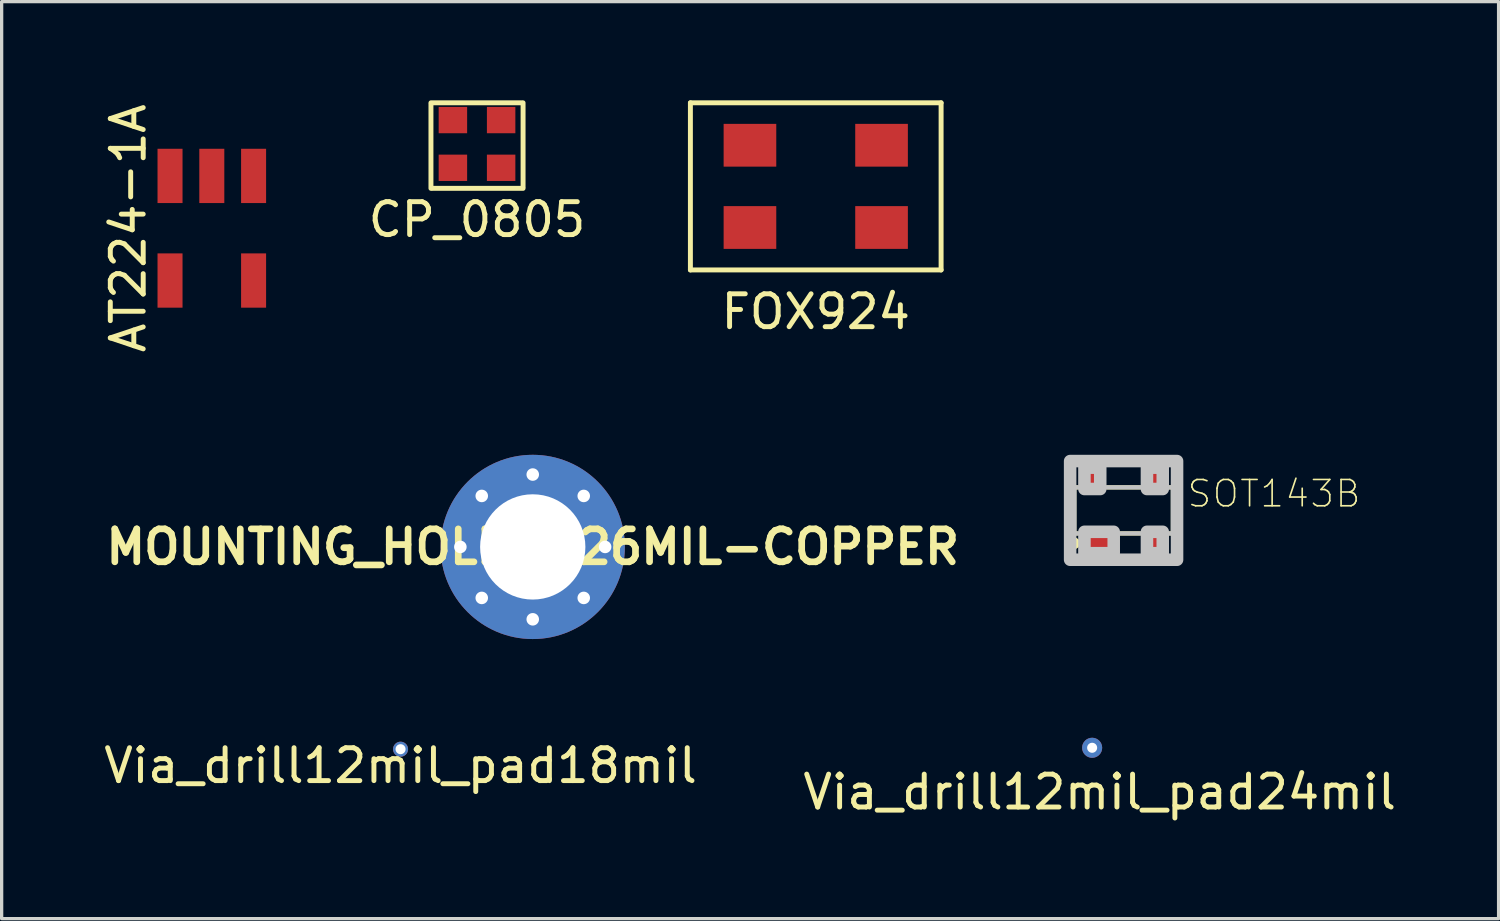
<source format=kicad_pcb>
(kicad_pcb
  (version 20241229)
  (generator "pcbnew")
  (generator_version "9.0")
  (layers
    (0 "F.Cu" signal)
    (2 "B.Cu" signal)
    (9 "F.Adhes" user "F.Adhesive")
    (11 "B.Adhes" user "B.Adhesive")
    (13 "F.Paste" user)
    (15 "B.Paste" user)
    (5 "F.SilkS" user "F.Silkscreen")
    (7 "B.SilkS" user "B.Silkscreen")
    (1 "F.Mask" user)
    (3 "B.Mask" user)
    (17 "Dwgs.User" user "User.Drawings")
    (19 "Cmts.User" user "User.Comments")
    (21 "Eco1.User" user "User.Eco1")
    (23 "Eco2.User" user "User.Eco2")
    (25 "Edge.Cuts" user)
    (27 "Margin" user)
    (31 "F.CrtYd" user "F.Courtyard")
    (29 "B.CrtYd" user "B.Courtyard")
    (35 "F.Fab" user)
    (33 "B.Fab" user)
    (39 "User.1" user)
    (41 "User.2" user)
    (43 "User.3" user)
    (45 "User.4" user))
  (footprint "FOX924"
    (layer "F.Cu")
    (at 21.745 2.615)
    (property "Reference" "FOX924" (at 0 3.81 0) (layer "F.SilkS") (effects (font (size 1 1) (thickness 0.15))))
    (attr through_hole)
    (fp_line (start -3.81 -2.54) (end -3.81 2.54) (stroke (width 0.15) (type solid)) (layer "F.SilkS"))
    (fp_line (start -3.81 2.54) (end 3.81 2.54) (stroke (width 0.15) (type solid)) (layer "F.SilkS"))
    (fp_line (start 3.81 -2.54) (end -3.81 -2.54) (stroke (width 0.15) (type solid)) (layer "F.SilkS"))
    (fp_line (start 3.81 2.54) (end 3.81 -2.54) (stroke (width 0.15) (type solid)) (layer "F.SilkS"))
    (pad "1" smd rect (at -2 1.25) (size 1.6 1.3) (layers "F.Cu" "F.Mask" "F.Paste"))
    (pad "2" smd rect (at 2 1.25) (size 1.6 1.3) (layers "F.Cu" "F.Mask" "F.Paste"))
    (pad "3" smd rect (at 2 -1.25) (size 1.6 1.3) (layers "F.Cu" "F.Mask" "F.Paste"))
    (pad "4" smd rect (at -2 -1.25) (size 1.6 1.3) (layers "F.Cu" "F.Mask" "F.Paste")))
  (footprint "AT224-1A"
    (layer "F.Cu")
    (at 3.388 3.887)
    (property "Reference" "AT224-1A" (at -2.54 0 90) (layer "F.SilkS") (effects (font (size 1 1) (thickness 0.15))))
    (attr through_hole)
    (pad "1" smd rect (at -1.27 -1.59) (size 0.76 1.65) (layers "F.Cu" "F.Mask" "F.Paste"))
    (pad "2" smd rect (at 0 -1.59) (size 0.76 1.65) (layers "F.Cu" "F.Mask" "F.Paste"))
    (pad "3" smd rect (at 1.27 -1.59) (size 0.76 1.65) (layers "F.Cu" "F.Mask" "F.Paste"))
    (pad "4" smd rect (at 1.27 1.59) (size 0.76 1.65) (layers "F.Cu" "F.Mask" "F.Paste"))
    (pad "6" smd rect (at -1.27 1.59) (size 0.76 1.65) (layers "F.Cu" "F.Mask" "F.Paste")))
  (footprint "Via_drill12mil_pad24mil"
    (layer "F.Cu")
    (at 30.146 19.679)
    (property "Reference" "Via_drill12mil_pad24mil" (at 0.229 1.346 0) (layer "F.SilkS") (effects (font (size 1 1) (thickness 0.15))))
    (attr through_hole)
    (pad "1" thru_hole circle (at 0 0) (size 0.61 0.61) (drill 0.305) (layers "*.Cu")))
  (footprint "CP_0805"
    (layer "F.Cu")
    (at 11.449 1.325)
    (property "Reference" "CP_0805" (at 0 2.3 0) (layer "F.SilkS") (effects (font (size 1 1) (thickness 0.15))))
    (attr through_hole)
    (fp_line (start -1.4 -1.2) (end -1.4 1.35) (stroke (width 0.15) (type solid)) (layer "F.SilkS"))
    (fp_line (start 1.35 -1.25) (end -1.4 -1.25) (stroke (width 0.15) (type solid)) (layer "F.SilkS"))
    (fp_line (start 1.4 -1.25) (end 1.4 1.3) (stroke (width 0.15) (type solid)) (layer "F.SilkS"))
    (fp_line (start 1.4 1.35) (end -1.35 1.35) (stroke (width 0.15) (type solid)) (layer "F.SilkS"))
    (pad "GND" smd rect (at 0.733 -0.725) (size 0.865 0.8) (layers "F.Cu" "F.Mask" "F.Paste"))
    (pad "GND" smd rect (at 0.733 0.725) (size 0.865 0.8) (layers "F.Cu" "F.Mask" "F.Paste"))
    (pad "IN" smd rect (at -0.733 -0.725) (size 0.865 0.8) (layers "F.Cu" "F.Mask" "F.Paste"))
    (pad "OUT" smd rect (at -0.733 0.725) (size 0.865 0.8) (layers "F.Cu" "F.Mask" "F.Paste")))
  (footprint "MOUNTING_HOLE-126MIL-COPPER"
    (layer "F.Cu")
    (at 13.143 13.574)
    (property "Reference" "MOUNTING_HOLE-126MIL-COPPER" (at 0 0 0) (layer "F.SilkS") (effects (font (size 1.001 1.001) (thickness 0.203))))
    (attr through_hole)
    (pad "1" thru_hole circle (at -2.2 0) (size 0.6 0.6) (drill 0.381) (layers "*.Cu" "*.Mask"))
    (pad "1" thru_hole circle (at -1.55 -1.55) (size 0.6 0.6) (drill 0.381) (layers "*.Cu" "*.Mask"))
    (pad "1" thru_hole circle (at -1.55 1.55) (size 0.6 0.6) (drill 0.381) (layers "*.Cu" "*.Mask"))
    (pad "1" thru_hole circle (at 0 -2.2) (size 0.6 0.6) (drill 0.381) (layers "*.Cu" "*.Mask"))
    (pad "1" thru_hole circle (at 0 0) (size 5.6 5.6) (drill 3.2) (layers "*.Cu" "*.Mask"))
    (pad "1" thru_hole circle (at 0 2.2) (size 0.6 0.6) (drill 0.381) (layers "*.Cu" "*.Mask"))
    (pad "1" thru_hole circle (at 1.55 -1.55) (size 0.6 0.6) (drill 0.381) (layers "*.Cu" "*.Mask"))
    (pad "1" thru_hole circle (at 1.55 1.55) (size 0.6 0.6) (drill 0.381) (layers "*.Cu" "*.Mask"))
    (pad "1" thru_hole circle (at 2.2 0) (size 0.6 0.6) (drill 0.381) (layers "*.Cu" "*.Mask")))
  (footprint "SOT143B"
    (layer "F.Cu")
    (at 31.102 12.464)
    (property "Reference" "SOT143B" (at 4.572 -0.508 0) (layer "F.SilkS") (effects (font (size 0.8 0.8) (thickness 0.05))))
    (attr smd)
    (fp_line (start -1.5 -0.7) (end -1.4 -0.7) (stroke (width 0.127) (type solid)) (layer "F.SilkS"))
    (fp_line (start -1.5 0.7) (end -1.5 -0.7) (stroke (width 0.127) (type solid)) (layer "F.SilkS"))
    (fp_line (start -1.4 0.7) (end -1.5 0.7) (stroke (width 0.127) (type solid)) (layer "F.SilkS"))
    (fp_line (start -0.5 -0.7) (end 0.5 -0.7) (stroke (width 0.127) (type solid)) (layer "F.SilkS"))
    (fp_line (start -0.1 0.7) (end 0.5 0.7) (stroke (width 0.127) (type solid)) (layer "F.SilkS"))
    (fp_line (start 1.4 -0.7) (end 1.5 -0.7) (stroke (width 0.127) (type solid)) (layer "F.SilkS"))
    (fp_line (start 1.5 -0.7) (end 1.5 0.7) (stroke (width 0.127) (type solid)) (layer "F.SilkS"))
    (fp_line (start 1.5 0.7) (end 1.4 0.7) (stroke (width 0.127) (type solid)) (layer "F.SilkS"))
    (fp_circle (center -1.5 1) (end -1.45 1) (stroke (width 0.127) (type solid)) (fill no) (layer "F.SilkS"))
    (fp_poly (pts (xy -1.2 -1.3) (xy -0.7 -1.3) (xy -0.7 -0.7) (xy -1.2 -0.7)) (stroke (width 0.381) (type solid)) (fill yes) (layer "F.Paste"))
    (fp_poly (pts (xy -1.2 0.7) (xy -0.3 0.7) (xy -0.3 1.3) (xy -1.2 1.3)) (stroke (width 0.381) (type solid)) (fill yes) (layer "F.Paste"))
    (fp_poly (pts (xy 0.7 -1.3) (xy 1.2 -1.3) (xy 1.2 -0.7) (xy 0.7 -0.7)) (stroke (width 0.381) (type solid)) (fill yes) (layer "F.Paste"))
    (fp_poly (pts (xy 0.7 0.7) (xy 1.2 0.7) (xy 1.2 1.3) (xy 0.7 1.3)) (stroke (width 0.381) (type solid)) (fill yes) (layer "F.Paste"))
    (fp_line (start -1.5 -0.7) (end 1.5 -0.7) (stroke (width 0.127) (type solid)) (layer "Dwgs.User"))
    (fp_line (start -1.5 0.7) (end -1.5 -0.7) (stroke (width 0.127) (type solid)) (layer "Dwgs.User"))
    (fp_line (start 1.5 -0.7) (end 1.5 0.7) (stroke (width 0.127) (type solid)) (layer "Dwgs.User"))
    (fp_line (start 1.5 0.7) (end -1.5 0.7) (stroke (width 0.127) (type solid)) (layer "Dwgs.User"))
    (fp_poly (pts (xy -1.625 -1.5) (xy 1.625 -1.5) (xy 1.625 1.5) (xy -1.625 1.5)) (stroke (width 0.381) (type solid)) (fill no) (layer "Dwgs.User"))
    (fp_poly (pts (xy -1.19 -1.3) (xy -0.71 -1.3) (xy -0.71 -0.65) (xy -1.19 -0.65)) (stroke (width 0.381) (type solid)) (fill no) (layer "Dwgs.User"))
    (fp_poly (pts (xy -1.19 0.65) (xy -0.3 0.65) (xy -0.3 1.3) (xy -1.19 1.3)) (stroke (width 0.381) (type solid)) (fill no) (layer "Dwgs.User"))
    (fp_poly (pts (xy 0.71 -1.3) (xy 1.19 -1.3) (xy 1.19 -0.65) (xy 0.71 -0.65)) (stroke (width 0.381) (type solid)) (fill no) (layer "Dwgs.User"))
    (fp_poly (pts (xy 0.71 0.65) (xy 1.19 0.65) (xy 1.19 1.3) (xy 0.71 1.3)) (stroke (width 0.381) (type solid)) (fill no) (layer "Dwgs.User"))
    (pad "1" smd rect (at -0.75 1) (size 1 0.7) (layers "F.Cu" "F.Mask" "F.Paste"))
    (pad "2" smd rect (at 0.95 1) (size 0.6 0.7) (layers "F.Cu" "F.Mask" "F.Paste"))
    (pad "3" smd rect (at 0.95 -1) (size 0.6 0.7) (layers "F.Cu" "F.Mask" "F.Paste"))
    (pad "4" smd rect (at -0.95 -1) (size 0.6 0.7) (layers "F.Cu" "F.Mask" "F.Paste")))
  (footprint "Via_drill12mil_pad18mil"
    (layer "F.Cu")
    (at 9.125 19.722)
    (property "Reference" "Via_drill12mil_pad18mil" (at 0 0.5 0) (layer "F.SilkS") (effects (font (size 1 1) (thickness 0.15))))
    (attr through_hole)
    (pad "1" thru_hole circle (at 0 0) (size 0.457 0.457) (drill 0.305) (layers "*.Cu")))
  (gr_rect
    (start -3 -3)
    (end 42.5 24.873)
    (stroke (width 0.1) (type default))
    (fill no)
    (layer "Edge.Cuts")))
</source>
